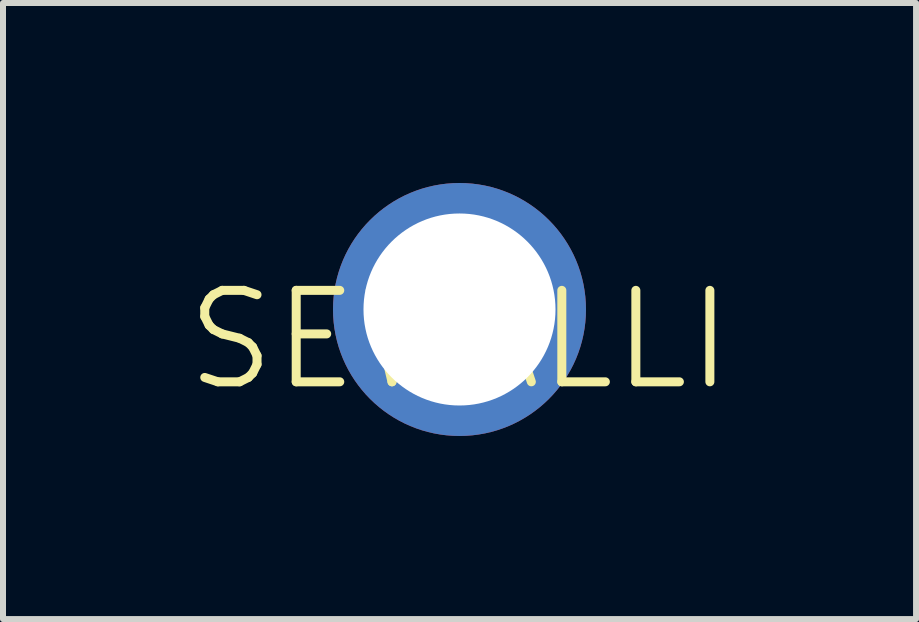
<source format=kicad_pcb>
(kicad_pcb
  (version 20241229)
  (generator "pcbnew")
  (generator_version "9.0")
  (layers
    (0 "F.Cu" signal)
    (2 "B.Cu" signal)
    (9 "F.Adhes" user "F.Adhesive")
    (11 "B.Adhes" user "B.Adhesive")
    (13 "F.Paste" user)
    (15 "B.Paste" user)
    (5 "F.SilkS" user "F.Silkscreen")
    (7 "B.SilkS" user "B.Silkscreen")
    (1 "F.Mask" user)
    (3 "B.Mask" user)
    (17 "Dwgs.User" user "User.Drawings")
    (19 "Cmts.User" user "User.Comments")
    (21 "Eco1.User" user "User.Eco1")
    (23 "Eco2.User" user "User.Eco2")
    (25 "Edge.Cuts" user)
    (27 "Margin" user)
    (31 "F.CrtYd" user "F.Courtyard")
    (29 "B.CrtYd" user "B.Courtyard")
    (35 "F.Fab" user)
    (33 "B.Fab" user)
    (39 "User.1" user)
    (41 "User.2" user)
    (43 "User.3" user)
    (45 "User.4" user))
  (footprint "SEWALLI"
    (layer "F.Cu")
    (at 4.608 2.616)
    (property "Reference" "SEWALLI" (at 0 0 0) (layer "F.SilkS") (effects (font (size 1.524 1.524) (thickness 0.15))))
    (attr through_hole)
    (fp_poly (pts (xy 2.54 -2.413) (xy -2.54 -2.413) (xy -2.54 -0.889) (xy 0 1.651) (xy 2.54 -0.889)) (stroke (width 0) (type solid)) (fill yes) (layer "F.Mask"))
    (fp_poly (pts (xy 2.54 -2.413) (xy -2.54 -2.413) (xy -2.54 -0.889) (xy 0 1.651) (xy 2.54 -0.889)) (stroke (width 0) (type solid)) (fill yes) (layer "B.Mask"))
    (pad "P$1" thru_hole circle (at 0 -0.508) (size 4.216 4.216) (drill 3.2) (layers "*.Cu" "*.Mask")))
  (gr_rect
    (start -3 -3)
    (end 12.217 7.267)
    (stroke (width 0.1) (type default))
    (fill no)
    (layer "Edge.Cuts")))
</source>
